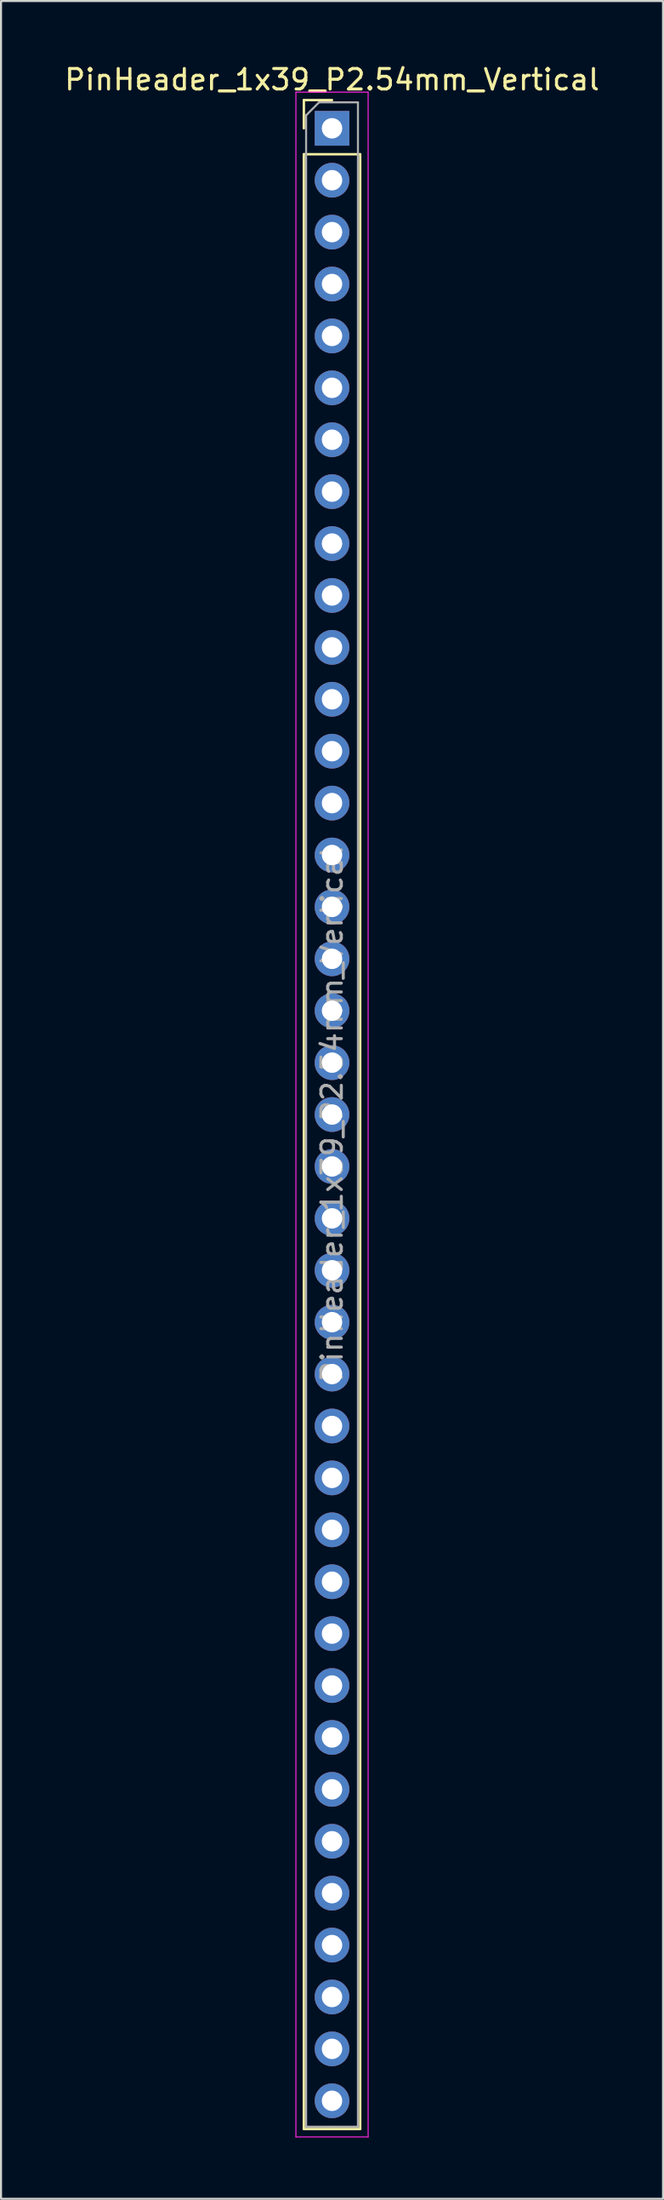
<source format=kicad_pcb>
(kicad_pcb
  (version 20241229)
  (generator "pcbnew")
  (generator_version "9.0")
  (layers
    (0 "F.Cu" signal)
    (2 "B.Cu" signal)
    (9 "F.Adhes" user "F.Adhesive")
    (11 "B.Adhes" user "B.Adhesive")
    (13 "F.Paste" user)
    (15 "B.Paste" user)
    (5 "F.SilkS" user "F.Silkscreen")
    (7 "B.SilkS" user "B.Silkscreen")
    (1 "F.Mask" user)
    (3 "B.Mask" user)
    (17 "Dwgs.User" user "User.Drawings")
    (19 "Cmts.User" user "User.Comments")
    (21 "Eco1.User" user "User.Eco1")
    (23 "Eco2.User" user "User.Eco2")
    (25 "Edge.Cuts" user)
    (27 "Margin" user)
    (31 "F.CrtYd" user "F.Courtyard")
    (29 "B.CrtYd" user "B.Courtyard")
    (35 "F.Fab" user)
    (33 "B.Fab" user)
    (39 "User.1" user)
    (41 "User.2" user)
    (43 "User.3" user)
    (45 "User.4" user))
  (footprint "PinHeader_1x39_P2.54mm_Vertical"
    (layer "F.Cu")
    (at 13.22 3.228)
    (property "Reference" "PinHeader_1x39_P2.54mm_Vertical" (at 0 -2.38 0) (layer "F.SilkS") (effects (font (size 1 1) (thickness 0.15))))
    (attr through_hole)
    (fp_line (start -1.38 -1.38) (end 0 -1.38) (stroke (width 0.12) (type solid)) (layer "F.SilkS"))
    (fp_line (start -1.38 0) (end -1.38 -1.38) (stroke (width 0.12) (type solid)) (layer "F.SilkS"))
    (fp_line (start -1.38 1.27) (end -1.38 97.9) (stroke (width 0.12) (type solid)) (layer "F.SilkS"))
    (fp_line (start -1.38 1.27) (end 1.38 1.27) (stroke (width 0.12) (type solid)) (layer "F.SilkS"))
    (fp_line (start -1.38 97.9) (end 1.38 97.9) (stroke (width 0.12) (type solid)) (layer "F.SilkS"))
    (fp_line (start 1.38 1.27) (end 1.38 97.9) (stroke (width 0.12) (type solid)) (layer "F.SilkS"))
    (fp_line (start -1.77 -1.77) (end -1.77 98.29) (stroke (width 0.05) (type solid)) (layer "F.CrtYd"))
    (fp_line (start -1.77 98.29) (end 1.77 98.29) (stroke (width 0.05) (type solid)) (layer "F.CrtYd"))
    (fp_line (start 1.77 -1.77) (end -1.77 -1.77) (stroke (width 0.05) (type solid)) (layer "F.CrtYd"))
    (fp_line (start 1.77 98.29) (end 1.77 -1.77) (stroke (width 0.05) (type solid)) (layer "F.CrtYd"))
    (fp_line (start -1.27 -0.635) (end -0.635 -1.27) (stroke (width 0.1) (type solid)) (layer "F.Fab"))
    (fp_line (start -1.27 97.79) (end -1.27 -0.635) (stroke (width 0.1) (type solid)) (layer "F.Fab"))
    (fp_line (start -0.635 -1.27) (end 1.27 -1.27) (stroke (width 0.1) (type solid)) (layer "F.Fab"))
    (fp_line (start 1.27 -1.27) (end 1.27 97.79) (stroke (width 0.1) (type solid)) (layer "F.Fab"))
    (fp_line (start 1.27 97.79) (end -1.27 97.79) (stroke (width 0.1) (type solid)) (layer "F.Fab"))
    (fp_text user "${REFERENCE}" (at 0 48.26 90) (layer "F.Fab") (effects (font (size 1 1) (thickness 0.15))))
    (pad "1" thru_hole rect (at 0 0) (size 1.7 1.7) (drill 1) (layers "*.Cu" "*.Mask"))
    (pad "2" thru_hole circle (at 0 2.54) (size 1.7 1.7) (drill 1) (layers "*.Cu" "*.Mask"))
    (pad "3" thru_hole circle (at 0 5.08) (size 1.7 1.7) (drill 1) (layers "*.Cu" "*.Mask"))
    (pad "4" thru_hole circle (at 0 7.62) (size 1.7 1.7) (drill 1) (layers "*.Cu" "*.Mask"))
    (pad "5" thru_hole circle (at 0 10.16) (size 1.7 1.7) (drill 1) (layers "*.Cu" "*.Mask"))
    (pad "6" thru_hole circle (at 0 12.7) (size 1.7 1.7) (drill 1) (layers "*.Cu" "*.Mask"))
    (pad "7" thru_hole circle (at 0 15.24) (size 1.7 1.7) (drill 1) (layers "*.Cu" "*.Mask"))
    (pad "8" thru_hole circle (at 0 17.78) (size 1.7 1.7) (drill 1) (layers "*.Cu" "*.Mask"))
    (pad "9" thru_hole circle (at 0 20.32) (size 1.7 1.7) (drill 1) (layers "*.Cu" "*.Mask"))
    (pad "10" thru_hole circle (at 0 22.86) (size 1.7 1.7) (drill 1) (layers "*.Cu" "*.Mask"))
    (pad "11" thru_hole circle (at 0 25.4) (size 1.7 1.7) (drill 1) (layers "*.Cu" "*.Mask"))
    (pad "12" thru_hole circle (at 0 27.94) (size 1.7 1.7) (drill 1) (layers "*.Cu" "*.Mask"))
    (pad "13" thru_hole circle (at 0 30.48) (size 1.7 1.7) (drill 1) (layers "*.Cu" "*.Mask"))
    (pad "14" thru_hole circle (at 0 33.02) (size 1.7 1.7) (drill 1) (layers "*.Cu" "*.Mask"))
    (pad "15" thru_hole circle (at 0 35.56) (size 1.7 1.7) (drill 1) (layers "*.Cu" "*.Mask"))
    (pad "16" thru_hole circle (at 0 38.1) (size 1.7 1.7) (drill 1) (layers "*.Cu" "*.Mask"))
    (pad "17" thru_hole circle (at 0 40.64) (size 1.7 1.7) (drill 1) (layers "*.Cu" "*.Mask"))
    (pad "18" thru_hole circle (at 0 43.18) (size 1.7 1.7) (drill 1) (layers "*.Cu" "*.Mask"))
    (pad "19" thru_hole circle (at 0 45.72) (size 1.7 1.7) (drill 1) (layers "*.Cu" "*.Mask"))
    (pad "20" thru_hole circle (at 0 48.26) (size 1.7 1.7) (drill 1) (layers "*.Cu" "*.Mask"))
    (pad "21" thru_hole circle (at 0 50.8) (size 1.7 1.7) (drill 1) (layers "*.Cu" "*.Mask"))
    (pad "22" thru_hole circle (at 0 53.34) (size 1.7 1.7) (drill 1) (layers "*.Cu" "*.Mask"))
    (pad "23" thru_hole circle (at 0 55.88) (size 1.7 1.7) (drill 1) (layers "*.Cu" "*.Mask"))
    (pad "24" thru_hole circle (at 0 58.42) (size 1.7 1.7) (drill 1) (layers "*.Cu" "*.Mask"))
    (pad "25" thru_hole circle (at 0 60.96) (size 1.7 1.7) (drill 1) (layers "*.Cu" "*.Mask"))
    (pad "26" thru_hole circle (at 0 63.5) (size 1.7 1.7) (drill 1) (layers "*.Cu" "*.Mask"))
    (pad "27" thru_hole circle (at 0 66.04) (size 1.7 1.7) (drill 1) (layers "*.Cu" "*.Mask"))
    (pad "28" thru_hole circle (at 0 68.58) (size 1.7 1.7) (drill 1) (layers "*.Cu" "*.Mask"))
    (pad "29" thru_hole circle (at 0 71.12) (size 1.7 1.7) (drill 1) (layers "*.Cu" "*.Mask"))
    (pad "30" thru_hole circle (at 0 73.66) (size 1.7 1.7) (drill 1) (layers "*.Cu" "*.Mask"))
    (pad "31" thru_hole circle (at 0 76.2) (size 1.7 1.7) (drill 1) (layers "*.Cu" "*.Mask"))
    (pad "32" thru_hole circle (at 0 78.74) (size 1.7 1.7) (drill 1) (layers "*.Cu" "*.Mask"))
    (pad "33" thru_hole circle (at 0 81.28) (size 1.7 1.7) (drill 1) (layers "*.Cu" "*.Mask"))
    (pad "34" thru_hole circle (at 0 83.82) (size 1.7 1.7) (drill 1) (layers "*.Cu" "*.Mask"))
    (pad "35" thru_hole circle (at 0 86.36) (size 1.7 1.7) (drill 1) (layers "*.Cu" "*.Mask"))
    (pad "36" thru_hole circle (at 0 88.9) (size 1.7 1.7) (drill 1) (layers "*.Cu" "*.Mask"))
    (pad "37" thru_hole circle (at 0 91.44) (size 1.7 1.7) (drill 1) (layers "*.Cu" "*.Mask"))
    (pad "38" thru_hole circle (at 0 93.98) (size 1.7 1.7) (drill 1) (layers "*.Cu" "*.Mask"))
    (pad "39" thru_hole circle (at 0 96.52) (size 1.7 1.7) (drill 1) (layers "*.Cu" "*.Mask")))
  (gr_rect
    (start -3 -3)
    (end 29.44 104.543)
    (stroke (width 0.1) (type default))
    (fill no)
    (layer "Edge.Cuts")))
</source>
